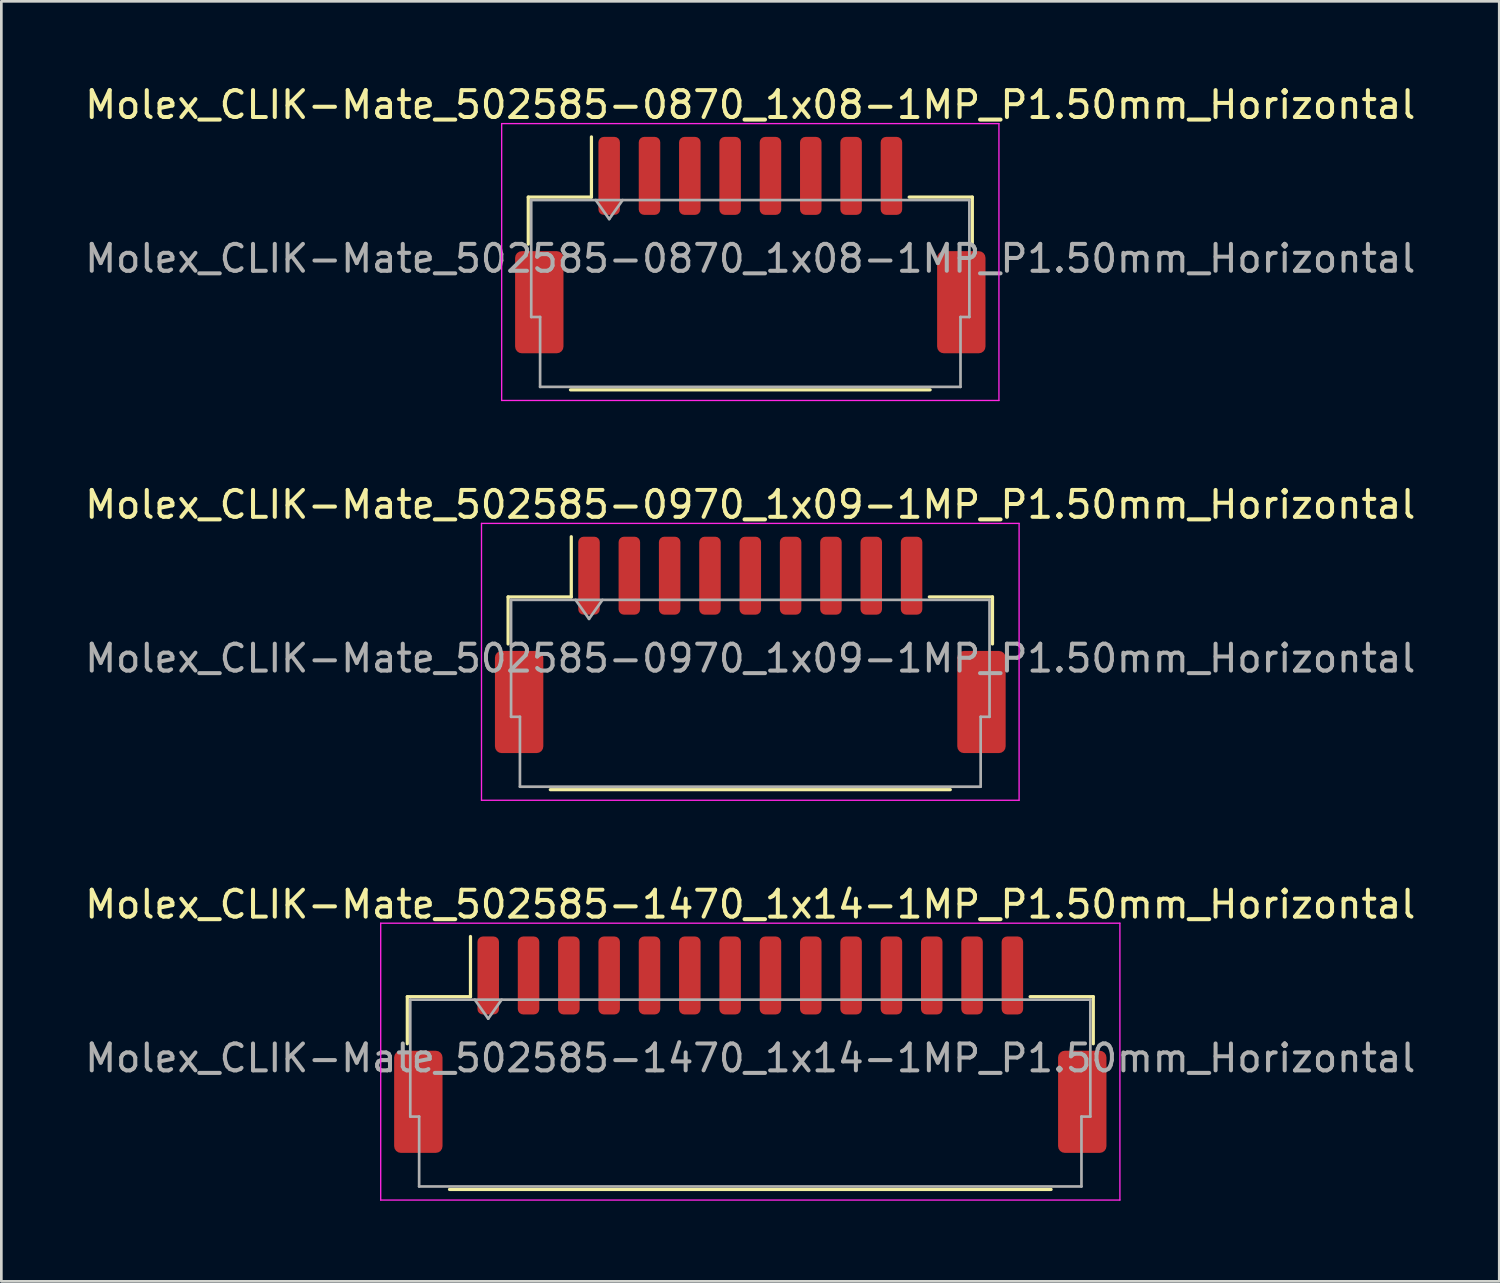
<source format=kicad_pcb>
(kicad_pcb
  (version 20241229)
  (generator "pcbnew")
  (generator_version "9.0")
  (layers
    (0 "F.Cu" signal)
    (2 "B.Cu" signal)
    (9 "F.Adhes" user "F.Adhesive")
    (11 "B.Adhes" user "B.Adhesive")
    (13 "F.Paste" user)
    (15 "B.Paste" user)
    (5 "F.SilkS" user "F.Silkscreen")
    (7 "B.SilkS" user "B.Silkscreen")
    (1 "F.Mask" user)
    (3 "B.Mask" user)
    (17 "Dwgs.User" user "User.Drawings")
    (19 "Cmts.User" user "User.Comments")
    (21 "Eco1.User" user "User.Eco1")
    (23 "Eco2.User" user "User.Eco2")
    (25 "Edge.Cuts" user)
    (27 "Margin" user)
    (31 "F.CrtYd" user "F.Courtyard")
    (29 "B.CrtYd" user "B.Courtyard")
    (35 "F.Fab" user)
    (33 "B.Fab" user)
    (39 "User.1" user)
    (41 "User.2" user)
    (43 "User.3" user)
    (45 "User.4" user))
  (footprint "Molex_CLIK-Mate_502585-1470_1x14-1MP_P1.50mm_Horizontal"
    (layer "F.Cu")
    (at 24.863 35.815)
    (property "Reference" "Molex_CLIK-Mate_502585-1470_1x14-1MP_P1.50mm_Horizontal" (at 0 -5.22 0) (layer "F.SilkS") (effects (font (size 1 1) (thickness 0.15))))
    (attr smd)
    (fp_line (start -12.76 -1.785) (end -10.41 -1.785) (stroke (width 0.12) (type solid)) (layer "F.SilkS"))
    (fp_line (start -12.76 -0.035) (end -12.76 -1.785) (stroke (width 0.12) (type solid)) (layer "F.SilkS"))
    (fp_line (start -11.19 5.385) (end 11.19 5.385) (stroke (width 0.12) (type solid)) (layer "F.SilkS"))
    (fp_line (start -10.41 -1.785) (end -10.41 -4.025) (stroke (width 0.12) (type solid)) (layer "F.SilkS"))
    (fp_line (start 12.76 -1.785) (end 10.41 -1.785) (stroke (width 0.12) (type solid)) (layer "F.SilkS"))
    (fp_line (start 12.76 -0.035) (end 12.76 -1.785) (stroke (width 0.12) (type solid)) (layer "F.SilkS"))
    (fp_line (start -13.75 -4.52) (end -13.75 5.78) (stroke (width 0.05) (type solid)) (layer "F.CrtYd"))
    (fp_line (start -13.75 5.78) (end 13.75 5.78) (stroke (width 0.05) (type solid)) (layer "F.CrtYd"))
    (fp_line (start 13.75 -4.52) (end -13.75 -4.52) (stroke (width 0.05) (type solid)) (layer "F.CrtYd"))
    (fp_line (start 13.75 5.78) (end 13.75 -4.52) (stroke (width 0.05) (type solid)) (layer "F.CrtYd"))
    (fp_line (start -12.65 -1.675) (end -12.65 2.675) (stroke (width 0.1) (type solid)) (layer "F.Fab"))
    (fp_line (start -12.65 -1.675) (end 12.65 -1.675) (stroke (width 0.1) (type solid)) (layer "F.Fab"))
    (fp_line (start -12.65 2.675) (end -12.32 2.675) (stroke (width 0.1) (type solid)) (layer "F.Fab"))
    (fp_line (start -12.32 2.675) (end -12.32 5.275) (stroke (width 0.1) (type solid)) (layer "F.Fab"))
    (fp_line (start -12.32 5.275) (end 12.32 5.275) (stroke (width 0.1) (type solid)) (layer "F.Fab"))
    (fp_line (start -10.25 -1.675) (end -9.75 -0.968) (stroke (width 0.1) (type solid)) (layer "F.Fab"))
    (fp_line (start -9.75 -0.968) (end -9.25 -1.675) (stroke (width 0.1) (type solid)) (layer "F.Fab"))
    (fp_line (start 12.32 2.675) (end 12.65 2.675) (stroke (width 0.1) (type solid)) (layer "F.Fab"))
    (fp_line (start 12.32 5.275) (end 12.32 2.675) (stroke (width 0.1) (type solid)) (layer "F.Fab"))
    (fp_line (start 12.65 -1.675) (end 12.65 2.675) (stroke (width 0.1) (type solid)) (layer "F.Fab"))
    (fp_text user "${REFERENCE}" (at 0 0.5 0) (layer "F.Fab") (effects (font (size 1 1) (thickness 0.15))))
    (pad "1" smd roundrect (at -9.75 -2.575) (size 0.8 2.9) (layers "F.Cu" "F.Mask" "F.Paste") (roundrect_rratio 0.25))
    (pad "2" smd roundrect (at -8.25 -2.575) (size 0.8 2.9) (layers "F.Cu" "F.Mask" "F.Paste") (roundrect_rratio 0.25))
    (pad "3" smd roundrect (at -6.75 -2.575) (size 0.8 2.9) (layers "F.Cu" "F.Mask" "F.Paste") (roundrect_rratio 0.25))
    (pad "4" smd roundrect (at -5.25 -2.575) (size 0.8 2.9) (layers "F.Cu" "F.Mask" "F.Paste") (roundrect_rratio 0.25))
    (pad "5" smd roundrect (at -3.75 -2.575) (size 0.8 2.9) (layers "F.Cu" "F.Mask" "F.Paste") (roundrect_rratio 0.25))
    (pad "6" smd roundrect (at -2.25 -2.575) (size 0.8 2.9) (layers "F.Cu" "F.Mask" "F.Paste") (roundrect_rratio 0.25))
    (pad "7" smd roundrect (at -0.75 -2.575) (size 0.8 2.9) (layers "F.Cu" "F.Mask" "F.Paste") (roundrect_rratio 0.25))
    (pad "8" smd roundrect (at 0.75 -2.575) (size 0.8 2.9) (layers "F.Cu" "F.Mask" "F.Paste") (roundrect_rratio 0.25))
    (pad "9" smd roundrect (at 2.25 -2.575) (size 0.8 2.9) (layers "F.Cu" "F.Mask" "F.Paste") (roundrect_rratio 0.25))
    (pad "10" smd roundrect (at 3.75 -2.575) (size 0.8 2.9) (layers "F.Cu" "F.Mask" "F.Paste") (roundrect_rratio 0.25))
    (pad "11" smd roundrect (at 5.25 -2.575) (size 0.8 2.9) (layers "F.Cu" "F.Mask" "F.Paste") (roundrect_rratio 0.25))
    (pad "12" smd roundrect (at 6.75 -2.575) (size 0.8 2.9) (layers "F.Cu" "F.Mask" "F.Paste") (roundrect_rratio 0.25))
    (pad "13" smd roundrect (at 8.25 -2.575) (size 0.8 2.9) (layers "F.Cu" "F.Mask" "F.Paste") (roundrect_rratio 0.25))
    (pad "14" smd roundrect (at 9.75 -2.575) (size 0.8 2.9) (layers "F.Cu" "F.Mask" "F.Paste") (roundrect_rratio 0.25))
    (pad "MP" smd roundrect (at -12.35 2.125) (size 1.8 3.8) (layers "F.Cu" "F.Mask" "F.Paste") (roundrect_rratio 0.139))
    (pad "MP" smd roundrect (at 12.35 2.125) (size 1.8 3.8) (layers "F.Cu" "F.Mask" "F.Paste") (roundrect_rratio 0.139)))
  (footprint "Molex_CLIK-Mate_502585-0870_1x08-1MP_P1.50mm_Horizontal"
    (layer "F.Cu")
    (at 24.863 6.068)
    (property "Reference" "Molex_CLIK-Mate_502585-0870_1x08-1MP_P1.50mm_Horizontal" (at 0 -5.22 0) (layer "F.SilkS") (effects (font (size 1 1) (thickness 0.15))))
    (attr smd)
    (fp_line (start -8.26 -1.785) (end -5.91 -1.785) (stroke (width 0.12) (type solid)) (layer "F.SilkS"))
    (fp_line (start -8.26 -0.035) (end -8.26 -1.785) (stroke (width 0.12) (type solid)) (layer "F.SilkS"))
    (fp_line (start -6.69 5.385) (end 6.69 5.385) (stroke (width 0.12) (type solid)) (layer "F.SilkS"))
    (fp_line (start -5.91 -1.785) (end -5.91 -4.025) (stroke (width 0.12) (type solid)) (layer "F.SilkS"))
    (fp_line (start 8.26 -1.785) (end 5.91 -1.785) (stroke (width 0.12) (type solid)) (layer "F.SilkS"))
    (fp_line (start 8.26 -0.035) (end 8.26 -1.785) (stroke (width 0.12) (type solid)) (layer "F.SilkS"))
    (fp_line (start -9.25 -4.52) (end -9.25 5.78) (stroke (width 0.05) (type solid)) (layer "F.CrtYd"))
    (fp_line (start -9.25 5.78) (end 9.25 5.78) (stroke (width 0.05) (type solid)) (layer "F.CrtYd"))
    (fp_line (start 9.25 -4.52) (end -9.25 -4.52) (stroke (width 0.05) (type solid)) (layer "F.CrtYd"))
    (fp_line (start 9.25 5.78) (end 9.25 -4.52) (stroke (width 0.05) (type solid)) (layer "F.CrtYd"))
    (fp_line (start -8.15 -1.675) (end -8.15 2.675) (stroke (width 0.1) (type solid)) (layer "F.Fab"))
    (fp_line (start -8.15 -1.675) (end 8.15 -1.675) (stroke (width 0.1) (type solid)) (layer "F.Fab"))
    (fp_line (start -8.15 2.675) (end -7.82 2.675) (stroke (width 0.1) (type solid)) (layer "F.Fab"))
    (fp_line (start -7.82 2.675) (end -7.82 5.275) (stroke (width 0.1) (type solid)) (layer "F.Fab"))
    (fp_line (start -7.82 5.275) (end 7.82 5.275) (stroke (width 0.1) (type solid)) (layer "F.Fab"))
    (fp_line (start -5.75 -1.675) (end -5.25 -0.968) (stroke (width 0.1) (type solid)) (layer "F.Fab"))
    (fp_line (start -5.25 -0.968) (end -4.75 -1.675) (stroke (width 0.1) (type solid)) (layer "F.Fab"))
    (fp_line (start 7.82 2.675) (end 8.15 2.675) (stroke (width 0.1) (type solid)) (layer "F.Fab"))
    (fp_line (start 7.82 5.275) (end 7.82 2.675) (stroke (width 0.1) (type solid)) (layer "F.Fab"))
    (fp_line (start 8.15 -1.675) (end 8.15 2.675) (stroke (width 0.1) (type solid)) (layer "F.Fab"))
    (fp_text user "${REFERENCE}" (at 0 0.5 0) (layer "F.Fab") (effects (font (size 1 1) (thickness 0.15))))
    (pad "1" smd roundrect (at -5.25 -2.575) (size 0.8 2.9) (layers "F.Cu" "F.Mask" "F.Paste") (roundrect_rratio 0.25))
    (pad "2" smd roundrect (at -3.75 -2.575) (size 0.8 2.9) (layers "F.Cu" "F.Mask" "F.Paste") (roundrect_rratio 0.25))
    (pad "3" smd roundrect (at -2.25 -2.575) (size 0.8 2.9) (layers "F.Cu" "F.Mask" "F.Paste") (roundrect_rratio 0.25))
    (pad "4" smd roundrect (at -0.75 -2.575) (size 0.8 2.9) (layers "F.Cu" "F.Mask" "F.Paste") (roundrect_rratio 0.25))
    (pad "5" smd roundrect (at 0.75 -2.575) (size 0.8 2.9) (layers "F.Cu" "F.Mask" "F.Paste") (roundrect_rratio 0.25))
    (pad "6" smd roundrect (at 2.25 -2.575) (size 0.8 2.9) (layers "F.Cu" "F.Mask" "F.Paste") (roundrect_rratio 0.25))
    (pad "7" smd roundrect (at 3.75 -2.575) (size 0.8 2.9) (layers "F.Cu" "F.Mask" "F.Paste") (roundrect_rratio 0.25))
    (pad "8" smd roundrect (at 5.25 -2.575) (size 0.8 2.9) (layers "F.Cu" "F.Mask" "F.Paste") (roundrect_rratio 0.25))
    (pad "MP" smd roundrect (at -7.85 2.125) (size 1.8 3.8) (layers "F.Cu" "F.Mask" "F.Paste") (roundrect_rratio 0.139))
    (pad "MP" smd roundrect (at 7.85 2.125) (size 1.8 3.8) (layers "F.Cu" "F.Mask" "F.Paste") (roundrect_rratio 0.139)))
  (footprint "Molex_CLIK-Mate_502585-0970_1x09-1MP_P1.50mm_Horizontal"
    (layer "F.Cu")
    (at 24.863 20.942)
    (property "Reference" "Molex_CLIK-Mate_502585-0970_1x09-1MP_P1.50mm_Horizontal" (at 0 -5.22 0) (layer "F.SilkS") (effects (font (size 1 1) (thickness 0.15))))
    (attr smd)
    (fp_line (start -9.01 -1.785) (end -6.66 -1.785) (stroke (width 0.12) (type solid)) (layer "F.SilkS"))
    (fp_line (start -9.01 -0.035) (end -9.01 -1.785) (stroke (width 0.12) (type solid)) (layer "F.SilkS"))
    (fp_line (start -7.44 5.385) (end 7.44 5.385) (stroke (width 0.12) (type solid)) (layer "F.SilkS"))
    (fp_line (start -6.66 -1.785) (end -6.66 -4.025) (stroke (width 0.12) (type solid)) (layer "F.SilkS"))
    (fp_line (start 9.01 -1.785) (end 6.66 -1.785) (stroke (width 0.12) (type solid)) (layer "F.SilkS"))
    (fp_line (start 9.01 -0.035) (end 9.01 -1.785) (stroke (width 0.12) (type solid)) (layer "F.SilkS"))
    (fp_line (start -10 -4.52) (end -10 5.78) (stroke (width 0.05) (type solid)) (layer "F.CrtYd"))
    (fp_line (start -10 5.78) (end 10 5.78) (stroke (width 0.05) (type solid)) (layer "F.CrtYd"))
    (fp_line (start 10 -4.52) (end -10 -4.52) (stroke (width 0.05) (type solid)) (layer "F.CrtYd"))
    (fp_line (start 10 5.78) (end 10 -4.52) (stroke (width 0.05) (type solid)) (layer "F.CrtYd"))
    (fp_line (start -8.9 -1.675) (end -8.9 2.675) (stroke (width 0.1) (type solid)) (layer "F.Fab"))
    (fp_line (start -8.9 -1.675) (end 8.9 -1.675) (stroke (width 0.1) (type solid)) (layer "F.Fab"))
    (fp_line (start -8.9 2.675) (end -8.57 2.675) (stroke (width 0.1) (type solid)) (layer "F.Fab"))
    (fp_line (start -8.57 2.675) (end -8.57 5.275) (stroke (width 0.1) (type solid)) (layer "F.Fab"))
    (fp_line (start -8.57 5.275) (end 8.57 5.275) (stroke (width 0.1) (type solid)) (layer "F.Fab"))
    (fp_line (start -6.5 -1.675) (end -6 -0.968) (stroke (width 0.1) (type solid)) (layer "F.Fab"))
    (fp_line (start -6 -0.968) (end -5.5 -1.675) (stroke (width 0.1) (type solid)) (layer "F.Fab"))
    (fp_line (start 8.57 2.675) (end 8.9 2.675) (stroke (width 0.1) (type solid)) (layer "F.Fab"))
    (fp_line (start 8.57 5.275) (end 8.57 2.675) (stroke (width 0.1) (type solid)) (layer "F.Fab"))
    (fp_line (start 8.9 -1.675) (end 8.9 2.675) (stroke (width 0.1) (type solid)) (layer "F.Fab"))
    (fp_text user "${REFERENCE}" (at 0 0.5 0) (layer "F.Fab") (effects (font (size 1 1) (thickness 0.15))))
    (pad "1" smd roundrect (at -6 -2.575) (size 0.8 2.9) (layers "F.Cu" "F.Mask" "F.Paste") (roundrect_rratio 0.25))
    (pad "2" smd roundrect (at -4.5 -2.575) (size 0.8 2.9) (layers "F.Cu" "F.Mask" "F.Paste") (roundrect_rratio 0.25))
    (pad "3" smd roundrect (at -3 -2.575) (size 0.8 2.9) (layers "F.Cu" "F.Mask" "F.Paste") (roundrect_rratio 0.25))
    (pad "4" smd roundrect (at -1.5 -2.575) (size 0.8 2.9) (layers "F.Cu" "F.Mask" "F.Paste") (roundrect_rratio 0.25))
    (pad "5" smd roundrect (at 0 -2.575) (size 0.8 2.9) (layers "F.Cu" "F.Mask" "F.Paste") (roundrect_rratio 0.25))
    (pad "6" smd roundrect (at 1.5 -2.575) (size 0.8 2.9) (layers "F.Cu" "F.Mask" "F.Paste") (roundrect_rratio 0.25))
    (pad "7" smd roundrect (at 3 -2.575) (size 0.8 2.9) (layers "F.Cu" "F.Mask" "F.Paste") (roundrect_rratio 0.25))
    (pad "8" smd roundrect (at 4.5 -2.575) (size 0.8 2.9) (layers "F.Cu" "F.Mask" "F.Paste") (roundrect_rratio 0.25))
    (pad "9" smd roundrect (at 6 -2.575) (size 0.8 2.9) (layers "F.Cu" "F.Mask" "F.Paste") (roundrect_rratio 0.25))
    (pad "MP" smd roundrect (at -8.6 2.125) (size 1.8 3.8) (layers "F.Cu" "F.Mask" "F.Paste") (roundrect_rratio 0.139))
    (pad "MP" smd roundrect (at 8.6 2.125) (size 1.8 3.8) (layers "F.Cu" "F.Mask" "F.Paste") (roundrect_rratio 0.139)))
  (gr_rect
    (start -3 -3)
    (end 52.726 44.62)
    (stroke (width 0.1) (type default))
    (fill no)
    (layer "Edge.Cuts")))
</source>
